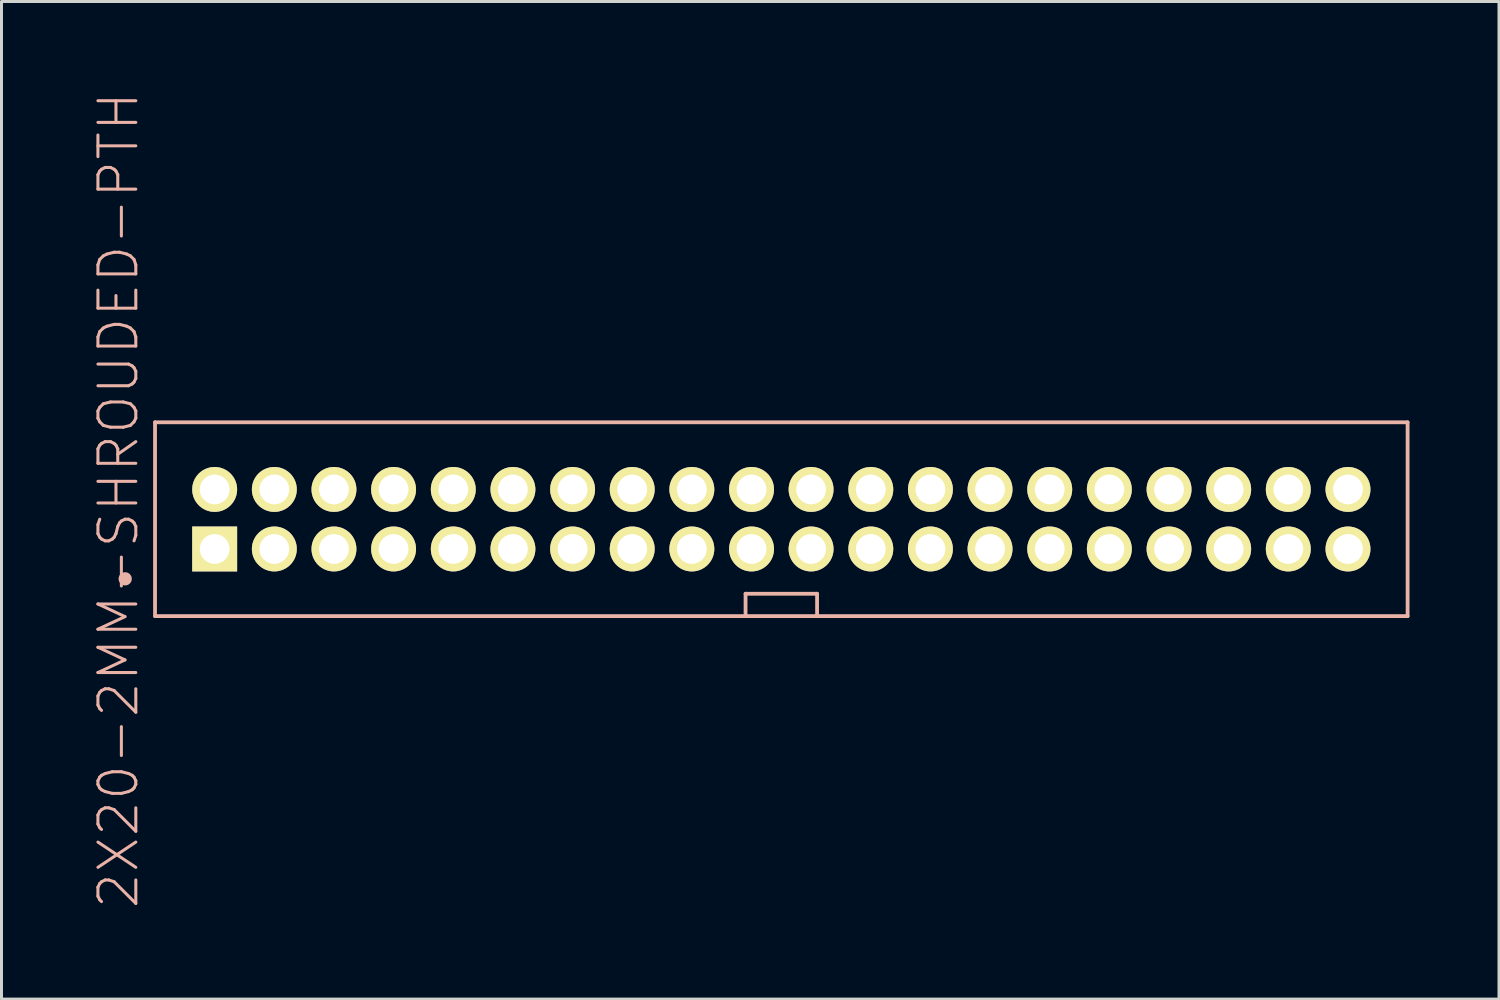
<source format=kicad_pcb>
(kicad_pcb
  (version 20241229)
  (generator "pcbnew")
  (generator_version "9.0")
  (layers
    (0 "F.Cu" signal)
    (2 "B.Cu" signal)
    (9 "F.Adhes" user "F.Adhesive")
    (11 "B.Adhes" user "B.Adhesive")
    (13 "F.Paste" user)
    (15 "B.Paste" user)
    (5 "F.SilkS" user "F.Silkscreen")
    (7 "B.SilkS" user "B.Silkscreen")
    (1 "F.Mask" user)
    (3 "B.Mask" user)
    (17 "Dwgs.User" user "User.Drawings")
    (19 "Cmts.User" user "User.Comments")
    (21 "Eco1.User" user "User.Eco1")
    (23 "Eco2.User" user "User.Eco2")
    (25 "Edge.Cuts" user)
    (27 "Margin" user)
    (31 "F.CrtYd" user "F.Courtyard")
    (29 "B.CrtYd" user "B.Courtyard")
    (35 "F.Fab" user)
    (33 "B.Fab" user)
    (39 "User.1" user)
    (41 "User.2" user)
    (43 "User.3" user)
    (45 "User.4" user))
  (footprint "2X20-2MM-SHROUDED-PTH"
    (layer "F.Cu")
    (at 23.146 14.358)
    (property "Reference" "2X20-2MM-SHROUDED-PTH" (at -22.225 -0.635 90) (layer "B.SilkS") (effects (font (size 1.27 1.27) (thickness 0.102))))
    (attr exclude_from_pos_files exclude_from_bom)
    (fp_line (start -20.998 -3.249) (end 20.998 -3.249) (stroke (width 0.127) (type solid)) (layer "B.SilkS"))
    (fp_line (start -20.998 3.249) (end -20.998 -3.249) (stroke (width 0.127) (type solid)) (layer "B.SilkS"))
    (fp_line (start -20.998 3.249) (end -1.199 3.249) (stroke (width 0.127) (type solid)) (layer "B.SilkS"))
    (fp_line (start -1.199 2.499) (end 1.199 2.499) (stroke (width 0.127) (type solid)) (layer "B.SilkS"))
    (fp_line (start -1.199 3.249) (end -1.199 2.499) (stroke (width 0.127) (type solid)) (layer "B.SilkS"))
    (fp_line (start -1.199 3.249) (end 1.199 3.249) (stroke (width 0.127) (type solid)) (layer "B.SilkS"))
    (fp_line (start 1.199 2.499) (end 1.199 3.249) (stroke (width 0.127) (type solid)) (layer "B.SilkS"))
    (fp_line (start 1.199 3.249) (end 20.998 3.249) (stroke (width 0.127) (type solid)) (layer "B.SilkS"))
    (fp_line (start 20.998 3.249) (end 20.998 -3.249) (stroke (width 0.127) (type solid)) (layer "B.SilkS"))
    (fp_circle (center -21.999 1.999) (end -22.156 2.156) (stroke (width 0) (type solid)) (fill yes) (layer "B.SilkS"))
    (pad "1" thru_hole rect (at -18.999 0.998) (size 1.506 1.506) (drill 0.998) (layers "*.Cu" "F.Mask" "F.SilkS" "F.Paste"))
    (pad "2" thru_hole circle (at -18.999 -0.998) (size 1.506 1.506) (drill 0.998) (layers "*.Cu" "F.Mask" "F.SilkS" "F.Paste"))
    (pad "3" thru_hole circle (at -16.998 0.998) (size 1.506 1.506) (drill 0.998) (layers "*.Cu" "F.Mask" "F.SilkS" "F.Paste"))
    (pad "4" thru_hole circle (at -16.998 -0.998) (size 1.506 1.506) (drill 0.998) (layers "*.Cu" "F.Mask" "F.SilkS" "F.Paste"))
    (pad "5" thru_hole circle (at -14.999 0.998) (size 1.506 1.506) (drill 0.998) (layers "*.Cu" "F.Mask" "F.SilkS" "F.Paste"))
    (pad "6" thru_hole circle (at -14.999 -0.998) (size 1.506 1.506) (drill 0.998) (layers "*.Cu" "F.Mask" "F.SilkS" "F.Paste"))
    (pad "7" thru_hole circle (at -13 0.998) (size 1.506 1.506) (drill 0.998) (layers "*.Cu" "F.Mask" "F.SilkS" "F.Paste"))
    (pad "8" thru_hole circle (at -13 -0.998) (size 1.506 1.506) (drill 0.998) (layers "*.Cu" "F.Mask" "F.SilkS" "F.Paste"))
    (pad "9" thru_hole circle (at -10.998 0.998) (size 1.506 1.506) (drill 0.998) (layers "*.Cu" "F.Mask" "F.SilkS" "F.Paste"))
    (pad "10" thru_hole circle (at -10.998 -0.998) (size 1.506 1.506) (drill 0.998) (layers "*.Cu" "F.Mask" "F.SilkS" "F.Paste"))
    (pad "11" thru_hole circle (at -8.999 0.998) (size 1.506 1.506) (drill 0.998) (layers "*.Cu" "F.Mask" "F.SilkS" "F.Paste"))
    (pad "12" thru_hole circle (at -8.999 -0.998) (size 1.506 1.506) (drill 0.998) (layers "*.Cu" "F.Mask" "F.SilkS" "F.Paste"))
    (pad "13" thru_hole circle (at -6.998 0.998) (size 1.506 1.506) (drill 0.998) (layers "*.Cu" "F.Mask" "F.SilkS" "F.Paste"))
    (pad "14" thru_hole circle (at -6.998 -0.998) (size 1.506 1.506) (drill 0.998) (layers "*.Cu" "F.Mask" "F.SilkS" "F.Paste"))
    (pad "15" thru_hole circle (at -4.999 0.998) (size 1.506 1.506) (drill 0.998) (layers "*.Cu" "F.Mask" "F.SilkS" "F.Paste"))
    (pad "16" thru_hole circle (at -4.999 -0.998) (size 1.506 1.506) (drill 0.998) (layers "*.Cu" "F.Mask" "F.SilkS" "F.Paste"))
    (pad "17" thru_hole circle (at -3 0.998) (size 1.506 1.506) (drill 0.998) (layers "*.Cu" "F.Mask" "F.SilkS" "F.Paste"))
    (pad "18" thru_hole circle (at -3 -0.998) (size 1.506 1.506) (drill 0.998) (layers "*.Cu" "F.Mask" "F.SilkS" "F.Paste"))
    (pad "19" thru_hole circle (at -0.998 0.998) (size 1.506 1.506) (drill 0.998) (layers "*.Cu" "F.Mask" "F.SilkS" "F.Paste"))
    (pad "20" thru_hole circle (at -0.998 -0.998) (size 1.506 1.506) (drill 0.998) (layers "*.Cu" "F.Mask" "F.SilkS" "F.Paste"))
    (pad "21" thru_hole circle (at 0.998 0.998) (size 1.506 1.506) (drill 0.998) (layers "*.Cu" "F.Mask" "F.SilkS" "F.Paste"))
    (pad "22" thru_hole circle (at 0.998 -0.998) (size 1.506 1.506) (drill 0.998) (layers "*.Cu" "F.Mask" "F.SilkS" "F.Paste"))
    (pad "23" thru_hole circle (at 3 0.998) (size 1.506 1.506) (drill 0.998) (layers "*.Cu" "F.Mask" "F.SilkS" "F.Paste"))
    (pad "24" thru_hole circle (at 3 -0.998) (size 1.506 1.506) (drill 0.998) (layers "*.Cu" "F.Mask" "F.SilkS" "F.Paste"))
    (pad "25" thru_hole circle (at 4.999 0.998) (size 1.506 1.506) (drill 0.998) (layers "*.Cu" "F.Mask" "F.SilkS" "F.Paste"))
    (pad "26" thru_hole circle (at 4.999 -0.998) (size 1.506 1.506) (drill 0.998) (layers "*.Cu" "F.Mask" "F.SilkS" "F.Paste"))
    (pad "27" thru_hole circle (at 6.998 0.998) (size 1.506 1.506) (drill 0.998) (layers "*.Cu" "F.Mask" "F.SilkS" "F.Paste"))
    (pad "28" thru_hole circle (at 6.998 -0.998) (size 1.506 1.506) (drill 0.998) (layers "*.Cu" "F.Mask" "F.SilkS" "F.Paste"))
    (pad "29" thru_hole circle (at 8.999 0.998) (size 1.506 1.506) (drill 0.998) (layers "*.Cu" "F.Mask" "F.SilkS" "F.Paste"))
    (pad "30" thru_hole circle (at 8.999 -0.998) (size 1.506 1.506) (drill 0.998) (layers "*.Cu" "F.Mask" "F.SilkS" "F.Paste"))
    (pad "31" thru_hole circle (at 10.998 0.998) (size 1.506 1.506) (drill 0.998) (layers "*.Cu" "F.Mask" "F.SilkS" "F.Paste"))
    (pad "32" thru_hole circle (at 10.998 -0.998) (size 1.506 1.506) (drill 0.998) (layers "*.Cu" "F.Mask" "F.SilkS" "F.Paste"))
    (pad "33" thru_hole circle (at 13 0.998) (size 1.506 1.506) (drill 0.998) (layers "*.Cu" "F.Mask" "F.SilkS" "F.Paste"))
    (pad "34" thru_hole circle (at 13 -0.998) (size 1.506 1.506) (drill 0.998) (layers "*.Cu" "F.Mask" "F.SilkS" "F.Paste"))
    (pad "35" thru_hole circle (at 14.999 0.998) (size 1.506 1.506) (drill 0.998) (layers "*.Cu" "F.Mask" "F.SilkS" "F.Paste"))
    (pad "36" thru_hole circle (at 14.999 -0.998) (size 1.506 1.506) (drill 0.998) (layers "*.Cu" "F.Mask" "F.SilkS" "F.Paste"))
    (pad "37" thru_hole circle (at 16.998 0.998) (size 1.506 1.506) (drill 0.998) (layers "*.Cu" "F.Mask" "F.SilkS" "F.Paste"))
    (pad "38" thru_hole circle (at 16.998 -0.998) (size 1.506 1.506) (drill 0.998) (layers "*.Cu" "F.Mask" "F.SilkS" "F.Paste"))
    (pad "39" thru_hole circle (at 18.999 0.998) (size 1.506 1.506) (drill 0.998) (layers "*.Cu" "F.Mask" "F.SilkS" "F.Paste"))
    (pad "40" thru_hole circle (at 18.999 -0.998) (size 1.506 1.506) (drill 0.998) (layers "*.Cu" "F.Mask" "F.SilkS" "F.Paste")))
  (gr_rect
    (start -3 -3)
    (end 47.208 30.447)
    (stroke (width 0.1) (type default))
    (fill no)
    (layer "Edge.Cuts")))
</source>
